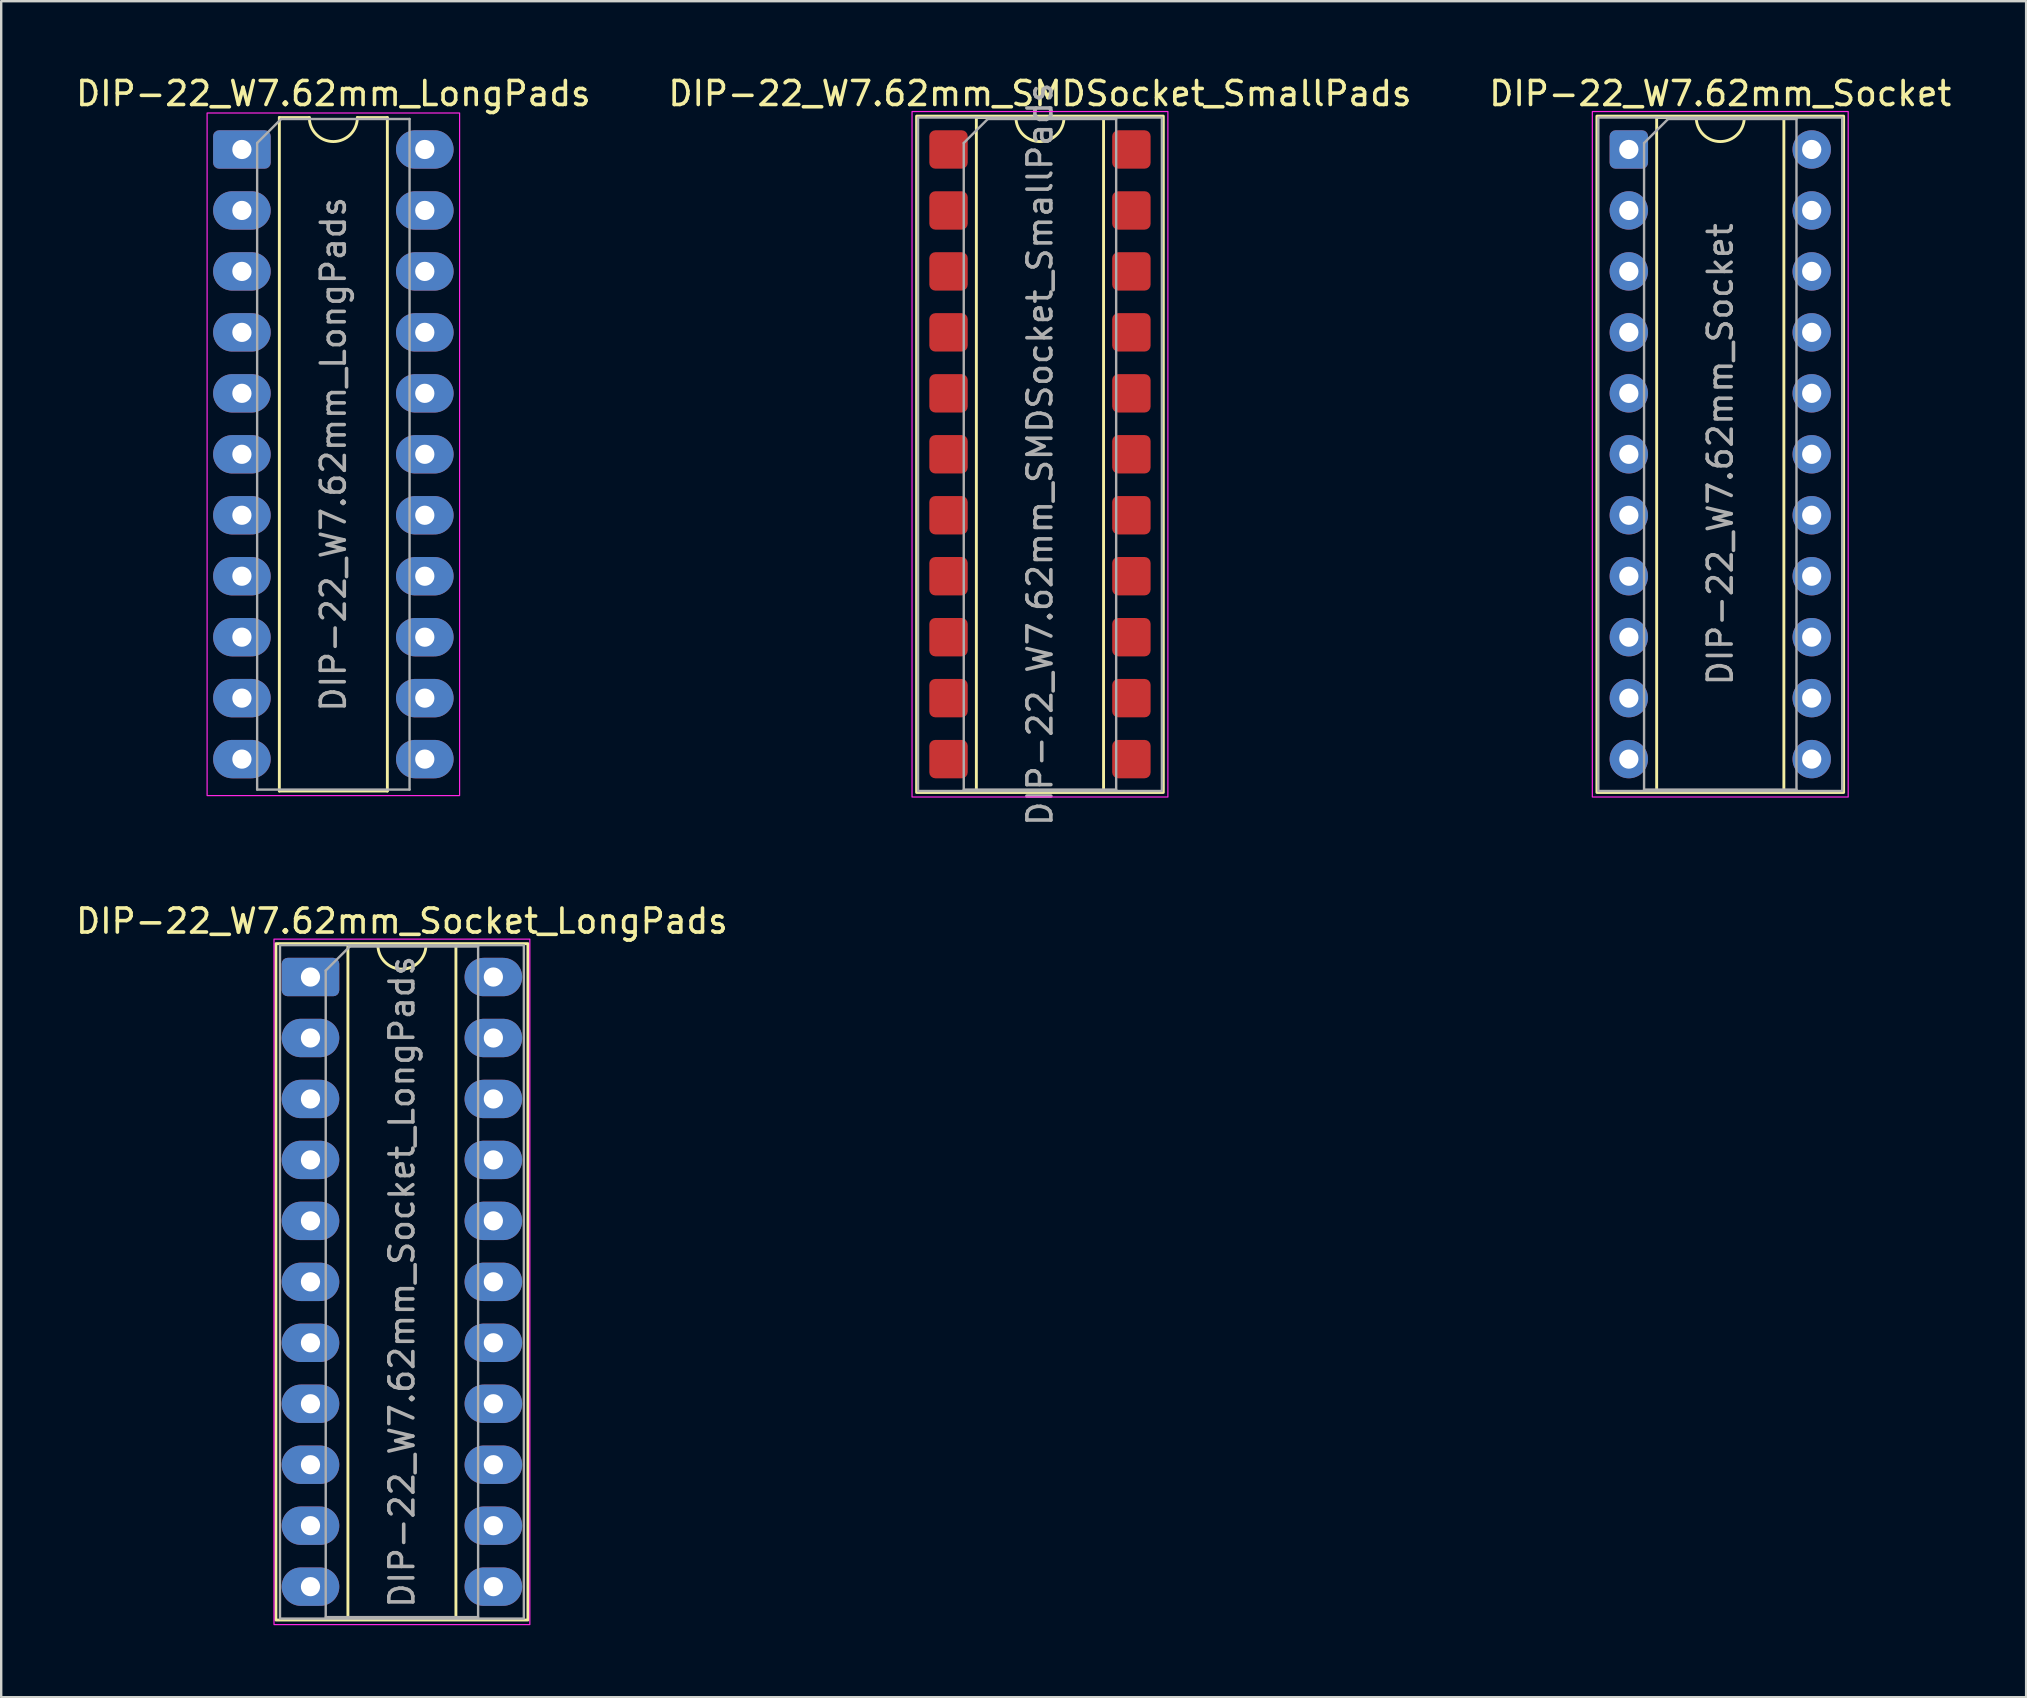
<source format=kicad_pcb>
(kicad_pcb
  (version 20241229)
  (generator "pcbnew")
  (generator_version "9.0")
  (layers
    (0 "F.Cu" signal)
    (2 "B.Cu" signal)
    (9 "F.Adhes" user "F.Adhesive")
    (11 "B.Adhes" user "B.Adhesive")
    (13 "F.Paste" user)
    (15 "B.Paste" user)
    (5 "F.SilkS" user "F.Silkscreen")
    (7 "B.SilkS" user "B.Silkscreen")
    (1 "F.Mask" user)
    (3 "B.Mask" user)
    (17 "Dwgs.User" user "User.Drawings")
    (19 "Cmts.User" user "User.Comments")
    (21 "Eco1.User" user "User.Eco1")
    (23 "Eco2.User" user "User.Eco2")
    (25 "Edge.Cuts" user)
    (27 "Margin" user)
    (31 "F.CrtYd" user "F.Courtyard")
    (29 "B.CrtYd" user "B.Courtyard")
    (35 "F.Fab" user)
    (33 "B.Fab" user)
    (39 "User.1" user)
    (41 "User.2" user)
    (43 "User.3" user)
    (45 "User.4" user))
  (footprint "DIP-22_W7.62mm_SMDSocket_SmallPads"
    (layer "F.Cu")
    (at 40.28 15.878)
    (property "Reference" "DIP-22_W7.62mm_SMDSocket_SmallPads" (at 0 -15.03 0) (layer "F.SilkS") (effects (font (size 1 1) (thickness 0.15))))
    (attr smd)
    (fp_line (start -2.65 -14.03) (end -2.65 14.03) (stroke (width 0.12) (type solid)) (layer "F.SilkS"))
    (fp_line (start -2.65 14.03) (end 2.65 14.03) (stroke (width 0.12) (type solid)) (layer "F.SilkS"))
    (fp_line (start -1 -14.03) (end -2.65 -14.03) (stroke (width 0.12) (type solid)) (layer "F.SilkS"))
    (fp_line (start 2.65 -14.03) (end 1 -14.03) (stroke (width 0.12) (type solid)) (layer "F.SilkS"))
    (fp_line (start 2.65 14.03) (end 2.65 -14.03) (stroke (width 0.12) (type solid)) (layer "F.SilkS"))
    (fp_rect (start -5.14 -14.09) (end 5.14 14.09) (stroke (width 0.12) (type solid)) (fill no) (layer "F.SilkS"))
    (fp_arc (start 1 -14.03) (mid 0 -13.03) (end -1 -14.03) (stroke (width 0.12) (type solid)) (layer "F.SilkS"))
    (fp_rect (start -5.33 -14.28) (end 5.33 14.28) (stroke (width 0.05) (type solid)) (fill no) (layer "F.CrtYd"))
    (fp_line (start -3.175 -12.97) (end -2.175 -13.97) (stroke (width 0.1) (type solid)) (layer "F.Fab"))
    (fp_line (start -3.175 13.97) (end -3.175 -12.97) (stroke (width 0.1) (type solid)) (layer "F.Fab"))
    (fp_line (start -2.175 -13.97) (end 3.175 -13.97) (stroke (width 0.1) (type solid)) (layer "F.Fab"))
    (fp_line (start 3.175 -13.97) (end 3.175 13.97) (stroke (width 0.1) (type solid)) (layer "F.Fab"))
    (fp_line (start 3.175 13.97) (end -3.175 13.97) (stroke (width 0.1) (type solid)) (layer "F.Fab"))
    (fp_rect (start -5.08 -14.03) (end 5.08 14.03) (stroke (width 0.1) (type solid)) (fill no) (layer "F.Fab"))
    (fp_text user "${REFERENCE}" (at 0 0 90) (layer "F.Fab") (effects (font (size 1 1) (thickness 0.15))))
    (pad "1" smd roundrect (at -3.81 -12.7) (size 1.6 1.6) (layers "F.Cu" "F.Mask" "F.Paste") (roundrect_rratio 0.156))
    (pad "2" smd roundrect (at -3.81 -10.16) (size 1.6 1.6) (layers "F.Cu" "F.Mask" "F.Paste") (roundrect_rratio 0.156))
    (pad "3" smd roundrect (at -3.81 -7.62) (size 1.6 1.6) (layers "F.Cu" "F.Mask" "F.Paste") (roundrect_rratio 0.156))
    (pad "4" smd roundrect (at -3.81 -5.08) (size 1.6 1.6) (layers "F.Cu" "F.Mask" "F.Paste") (roundrect_rratio 0.156))
    (pad "5" smd roundrect (at -3.81 -2.54) (size 1.6 1.6) (layers "F.Cu" "F.Mask" "F.Paste") (roundrect_rratio 0.156))
    (pad "6" smd roundrect (at -3.81 0) (size 1.6 1.6) (layers "F.Cu" "F.Mask" "F.Paste") (roundrect_rratio 0.156))
    (pad "7" smd roundrect (at -3.81 2.54) (size 1.6 1.6) (layers "F.Cu" "F.Mask" "F.Paste") (roundrect_rratio 0.156))
    (pad "8" smd roundrect (at -3.81 5.08) (size 1.6 1.6) (layers "F.Cu" "F.Mask" "F.Paste") (roundrect_rratio 0.156))
    (pad "9" smd roundrect (at -3.81 7.62) (size 1.6 1.6) (layers "F.Cu" "F.Mask" "F.Paste") (roundrect_rratio 0.156))
    (pad "10" smd roundrect (at -3.81 10.16) (size 1.6 1.6) (layers "F.Cu" "F.Mask" "F.Paste") (roundrect_rratio 0.156))
    (pad "11" smd roundrect (at -3.81 12.7) (size 1.6 1.6) (layers "F.Cu" "F.Mask" "F.Paste") (roundrect_rratio 0.156))
    (pad "12" smd roundrect (at 3.81 12.7) (size 1.6 1.6) (layers "F.Cu" "F.Mask" "F.Paste") (roundrect_rratio 0.156))
    (pad "13" smd roundrect (at 3.81 10.16) (size 1.6 1.6) (layers "F.Cu" "F.Mask" "F.Paste") (roundrect_rratio 0.156))
    (pad "14" smd roundrect (at 3.81 7.62) (size 1.6 1.6) (layers "F.Cu" "F.Mask" "F.Paste") (roundrect_rratio 0.156))
    (pad "15" smd roundrect (at 3.81 5.08) (size 1.6 1.6) (layers "F.Cu" "F.Mask" "F.Paste") (roundrect_rratio 0.156))
    (pad "16" smd roundrect (at 3.81 2.54) (size 1.6 1.6) (layers "F.Cu" "F.Mask" "F.Paste") (roundrect_rratio 0.156))
    (pad "17" smd roundrect (at 3.81 0) (size 1.6 1.6) (layers "F.Cu" "F.Mask" "F.Paste") (roundrect_rratio 0.156))
    (pad "18" smd roundrect (at 3.81 -2.54) (size 1.6 1.6) (layers "F.Cu" "F.Mask" "F.Paste") (roundrect_rratio 0.156))
    (pad "19" smd roundrect (at 3.81 -5.08) (size 1.6 1.6) (layers "F.Cu" "F.Mask" "F.Paste") (roundrect_rratio 0.156))
    (pad "20" smd roundrect (at 3.81 -7.62) (size 1.6 1.6) (layers "F.Cu" "F.Mask" "F.Paste") (roundrect_rratio 0.156))
    (pad "21" smd roundrect (at 3.81 -10.16) (size 1.6 1.6) (layers "F.Cu" "F.Mask" "F.Paste") (roundrect_rratio 0.156))
    (pad "22" smd roundrect (at 3.81 -12.7) (size 1.6 1.6) (layers "F.Cu" "F.Mask" "F.Paste") (roundrect_rratio 0.156)))
  (footprint "DIP-22_W7.62mm_LongPads"
    (layer "F.Cu")
    (at 7.029 3.178)
    (property "Reference" "DIP-22_W7.62mm_LongPads" (at 3.81 -2.33 0) (layer "F.SilkS") (effects (font (size 1 1) (thickness 0.15))))
    (attr through_hole)
    (fp_line (start 1.56 -1.33) (end 1.56 26.73) (stroke (width 0.12) (type solid)) (layer "F.SilkS"))
    (fp_line (start 1.56 26.73) (end 6.06 26.73) (stroke (width 0.12) (type solid)) (layer "F.SilkS"))
    (fp_line (start 2.81 -1.33) (end 1.56 -1.33) (stroke (width 0.12) (type solid)) (layer "F.SilkS"))
    (fp_line (start 6.06 -1.33) (end 4.81 -1.33) (stroke (width 0.12) (type solid)) (layer "F.SilkS"))
    (fp_line (start 6.06 26.73) (end 6.06 -1.33) (stroke (width 0.12) (type solid)) (layer "F.SilkS"))
    (fp_arc (start 4.81 -1.33) (mid 3.81 -0.33) (end 2.81 -1.33) (stroke (width 0.12) (type solid)) (layer "F.SilkS"))
    (fp_rect (start -1.45 -1.52) (end 9.07 26.92) (stroke (width 0.05) (type solid)) (fill no) (layer "F.CrtYd"))
    (fp_line (start 0.635 -0.27) (end 1.635 -1.27) (stroke (width 0.1) (type solid)) (layer "F.Fab"))
    (fp_line (start 0.635 26.67) (end 0.635 -0.27) (stroke (width 0.1) (type solid)) (layer "F.Fab"))
    (fp_line (start 1.635 -1.27) (end 6.985 -1.27) (stroke (width 0.1) (type solid)) (layer "F.Fab"))
    (fp_line (start 6.985 -1.27) (end 6.985 26.67) (stroke (width 0.1) (type solid)) (layer "F.Fab"))
    (fp_line (start 6.985 26.67) (end 0.635 26.67) (stroke (width 0.1) (type solid)) (layer "F.Fab"))
    (fp_text user "${REFERENCE}" (at 3.81 12.7 90) (layer "F.Fab") (effects (font (size 1 1) (thickness 0.15))))
    (pad "1" thru_hole roundrect (at 0 0) (size 2.4 1.6) (drill 0.8) (layers "*.Cu" "*.Mask") (roundrect_rratio 0.156))
    (pad "2" thru_hole oval (at 0 2.54) (size 2.4 1.6) (drill 0.8) (layers "*.Cu" "*.Mask"))
    (pad "3" thru_hole oval (at 0 5.08) (size 2.4 1.6) (drill 0.8) (layers "*.Cu" "*.Mask"))
    (pad "4" thru_hole oval (at 0 7.62) (size 2.4 1.6) (drill 0.8) (layers "*.Cu" "*.Mask"))
    (pad "5" thru_hole oval (at 0 10.16) (size 2.4 1.6) (drill 0.8) (layers "*.Cu" "*.Mask"))
    (pad "6" thru_hole oval (at 0 12.7) (size 2.4 1.6) (drill 0.8) (layers "*.Cu" "*.Mask"))
    (pad "7" thru_hole oval (at 0 15.24) (size 2.4 1.6) (drill 0.8) (layers "*.Cu" "*.Mask"))
    (pad "8" thru_hole oval (at 0 17.78) (size 2.4 1.6) (drill 0.8) (layers "*.Cu" "*.Mask"))
    (pad "9" thru_hole oval (at 0 20.32) (size 2.4 1.6) (drill 0.8) (layers "*.Cu" "*.Mask"))
    (pad "10" thru_hole oval (at 0 22.86) (size 2.4 1.6) (drill 0.8) (layers "*.Cu" "*.Mask"))
    (pad "11" thru_hole oval (at 0 25.4) (size 2.4 1.6) (drill 0.8) (layers "*.Cu" "*.Mask"))
    (pad "12" thru_hole oval (at 7.62 25.4) (size 2.4 1.6) (drill 0.8) (layers "*.Cu" "*.Mask"))
    (pad "13" thru_hole oval (at 7.62 22.86) (size 2.4 1.6) (drill 0.8) (layers "*.Cu" "*.Mask"))
    (pad "14" thru_hole oval (at 7.62 20.32) (size 2.4 1.6) (drill 0.8) (layers "*.Cu" "*.Mask"))
    (pad "15" thru_hole oval (at 7.62 17.78) (size 2.4 1.6) (drill 0.8) (layers "*.Cu" "*.Mask"))
    (pad "16" thru_hole oval (at 7.62 15.24) (size 2.4 1.6) (drill 0.8) (layers "*.Cu" "*.Mask"))
    (pad "17" thru_hole oval (at 7.62 12.7) (size 2.4 1.6) (drill 0.8) (layers "*.Cu" "*.Mask"))
    (pad "18" thru_hole oval (at 7.62 10.16) (size 2.4 1.6) (drill 0.8) (layers "*.Cu" "*.Mask"))
    (pad "19" thru_hole oval (at 7.62 7.62) (size 2.4 1.6) (drill 0.8) (layers "*.Cu" "*.Mask"))
    (pad "20" thru_hole oval (at 7.62 5.08) (size 2.4 1.6) (drill 0.8) (layers "*.Cu" "*.Mask"))
    (pad "21" thru_hole oval (at 7.62 2.54) (size 2.4 1.6) (drill 0.8) (layers "*.Cu" "*.Mask"))
    (pad "22" thru_hole oval (at 7.62 0) (size 2.4 1.6) (drill 0.8) (layers "*.Cu" "*.Mask")))
  (footprint "DIP-22_W7.62mm_Socket_LongPads"
    (layer "F.Cu")
    (at 9.886 37.658)
    (property "Reference" "DIP-22_W7.62mm_Socket_LongPads" (at 3.81 -2.33 0) (layer "F.SilkS") (effects (font (size 1 1) (thickness 0.15))))
    (attr through_hole)
    (fp_line (start 1.56 -1.33) (end 1.56 26.73) (stroke (width 0.12) (type solid)) (layer "F.SilkS"))
    (fp_line (start 1.56 26.73) (end 6.06 26.73) (stroke (width 0.12) (type solid)) (layer "F.SilkS"))
    (fp_line (start 2.81 -1.33) (end 1.56 -1.33) (stroke (width 0.12) (type solid)) (layer "F.SilkS"))
    (fp_line (start 6.06 -1.33) (end 4.81 -1.33) (stroke (width 0.12) (type solid)) (layer "F.SilkS"))
    (fp_line (start 6.06 26.73) (end 6.06 -1.33) (stroke (width 0.12) (type solid)) (layer "F.SilkS"))
    (fp_rect (start -1.44 -1.39) (end 9.06 26.79) (stroke (width 0.12) (type solid)) (fill no) (layer "F.SilkS"))
    (fp_arc (start 4.81 -1.33) (mid 3.81 -0.33) (end 2.81 -1.33) (stroke (width 0.12) (type solid)) (layer "F.SilkS"))
    (fp_rect (start -1.52 -1.58) (end 9.14 26.98) (stroke (width 0.05) (type solid)) (fill no) (layer "F.CrtYd"))
    (fp_line (start 0.635 -0.27) (end 1.635 -1.27) (stroke (width 0.1) (type solid)) (layer "F.Fab"))
    (fp_line (start 0.635 26.67) (end 0.635 -0.27) (stroke (width 0.1) (type solid)) (layer "F.Fab"))
    (fp_line (start 1.635 -1.27) (end 6.985 -1.27) (stroke (width 0.1) (type solid)) (layer "F.Fab"))
    (fp_line (start 6.985 -1.27) (end 6.985 26.67) (stroke (width 0.1) (type solid)) (layer "F.Fab"))
    (fp_line (start 6.985 26.67) (end 0.635 26.67) (stroke (width 0.1) (type solid)) (layer "F.Fab"))
    (fp_rect (start -1.27 -1.33) (end 8.89 26.73) (stroke (width 0.1) (type solid)) (fill no) (layer "F.Fab"))
    (fp_text user "${REFERENCE}" (at 3.81 12.7 90) (layer "F.Fab") (effects (font (size 1 1) (thickness 0.15))))
    (pad "1" thru_hole roundrect (at 0 0) (size 2.4 1.6) (drill 0.8) (layers "*.Cu" "*.Mask") (roundrect_rratio 0.156))
    (pad "2" thru_hole oval (at 0 2.54) (size 2.4 1.6) (drill 0.8) (layers "*.Cu" "*.Mask"))
    (pad "3" thru_hole oval (at 0 5.08) (size 2.4 1.6) (drill 0.8) (layers "*.Cu" "*.Mask"))
    (pad "4" thru_hole oval (at 0 7.62) (size 2.4 1.6) (drill 0.8) (layers "*.Cu" "*.Mask"))
    (pad "5" thru_hole oval (at 0 10.16) (size 2.4 1.6) (drill 0.8) (layers "*.Cu" "*.Mask"))
    (pad "6" thru_hole oval (at 0 12.7) (size 2.4 1.6) (drill 0.8) (layers "*.Cu" "*.Mask"))
    (pad "7" thru_hole oval (at 0 15.24) (size 2.4 1.6) (drill 0.8) (layers "*.Cu" "*.Mask"))
    (pad "8" thru_hole oval (at 0 17.78) (size 2.4 1.6) (drill 0.8) (layers "*.Cu" "*.Mask"))
    (pad "9" thru_hole oval (at 0 20.32) (size 2.4 1.6) (drill 0.8) (layers "*.Cu" "*.Mask"))
    (pad "10" thru_hole oval (at 0 22.86) (size 2.4 1.6) (drill 0.8) (layers "*.Cu" "*.Mask"))
    (pad "11" thru_hole oval (at 0 25.4) (size 2.4 1.6) (drill 0.8) (layers "*.Cu" "*.Mask"))
    (pad "12" thru_hole oval (at 7.62 25.4) (size 2.4 1.6) (drill 0.8) (layers "*.Cu" "*.Mask"))
    (pad "13" thru_hole oval (at 7.62 22.86) (size 2.4 1.6) (drill 0.8) (layers "*.Cu" "*.Mask"))
    (pad "14" thru_hole oval (at 7.62 20.32) (size 2.4 1.6) (drill 0.8) (layers "*.Cu" "*.Mask"))
    (pad "15" thru_hole oval (at 7.62 17.78) (size 2.4 1.6) (drill 0.8) (layers "*.Cu" "*.Mask"))
    (pad "16" thru_hole oval (at 7.62 15.24) (size 2.4 1.6) (drill 0.8) (layers "*.Cu" "*.Mask"))
    (pad "17" thru_hole oval (at 7.62 12.7) (size 2.4 1.6) (drill 0.8) (layers "*.Cu" "*.Mask"))
    (pad "18" thru_hole oval (at 7.62 10.16) (size 2.4 1.6) (drill 0.8) (layers "*.Cu" "*.Mask"))
    (pad "19" thru_hole oval (at 7.62 7.62) (size 2.4 1.6) (drill 0.8) (layers "*.Cu" "*.Mask"))
    (pad "20" thru_hole oval (at 7.62 5.08) (size 2.4 1.6) (drill 0.8) (layers "*.Cu" "*.Mask"))
    (pad "21" thru_hole oval (at 7.62 2.54) (size 2.4 1.6) (drill 0.8) (layers "*.Cu" "*.Mask"))
    (pad "22" thru_hole oval (at 7.62 0) (size 2.4 1.6) (drill 0.8) (layers "*.Cu" "*.Mask")))
  (footprint "DIP-22_W7.62mm_Socket"
    (layer "F.Cu")
    (at 64.815 3.178)
    (property "Reference" "DIP-22_W7.62mm_Socket" (at 3.81 -2.33 0) (layer "F.SilkS") (effects (font (size 1 1) (thickness 0.15))))
    (attr through_hole)
    (fp_line (start 1.16 -1.33) (end 1.16 26.73) (stroke (width 0.12) (type solid)) (layer "F.SilkS"))
    (fp_line (start 1.16 26.73) (end 6.46 26.73) (stroke (width 0.12) (type solid)) (layer "F.SilkS"))
    (fp_line (start 2.81 -1.33) (end 1.16 -1.33) (stroke (width 0.12) (type solid)) (layer "F.SilkS"))
    (fp_line (start 6.46 -1.33) (end 4.81 -1.33) (stroke (width 0.12) (type solid)) (layer "F.SilkS"))
    (fp_line (start 6.46 26.73) (end 6.46 -1.33) (stroke (width 0.12) (type solid)) (layer "F.SilkS"))
    (fp_rect (start -1.33 -1.39) (end 8.95 26.79) (stroke (width 0.12) (type solid)) (fill no) (layer "F.SilkS"))
    (fp_arc (start 4.81 -1.33) (mid 3.81 -0.33) (end 2.81 -1.33) (stroke (width 0.12) (type solid)) (layer "F.SilkS"))
    (fp_rect (start -1.52 -1.58) (end 9.14 26.98) (stroke (width 0.05) (type solid)) (fill no) (layer "F.CrtYd"))
    (fp_line (start 0.635 -0.27) (end 1.635 -1.27) (stroke (width 0.1) (type solid)) (layer "F.Fab"))
    (fp_line (start 0.635 26.67) (end 0.635 -0.27) (stroke (width 0.1) (type solid)) (layer "F.Fab"))
    (fp_line (start 1.635 -1.27) (end 6.985 -1.27) (stroke (width 0.1) (type solid)) (layer "F.Fab"))
    (fp_line (start 6.985 -1.27) (end 6.985 26.67) (stroke (width 0.1) (type solid)) (layer "F.Fab"))
    (fp_line (start 6.985 26.67) (end 0.635 26.67) (stroke (width 0.1) (type solid)) (layer "F.Fab"))
    (fp_rect (start -1.27 -1.33) (end 8.89 26.73) (stroke (width 0.1) (type solid)) (fill no) (layer "F.Fab"))
    (fp_text user "${REFERENCE}" (at 3.81 12.7 90) (layer "F.Fab") (effects (font (size 1 1) (thickness 0.15))))
    (pad "1" thru_hole roundrect (at 0 0) (size 1.6 1.6) (drill 0.8) (layers "*.Cu" "*.Mask") (roundrect_rratio 0.156))
    (pad "2" thru_hole circle (at 0 2.54) (size 1.6 1.6) (drill 0.8) (layers "*.Cu" "*.Mask"))
    (pad "3" thru_hole circle (at 0 5.08) (size 1.6 1.6) (drill 0.8) (layers "*.Cu" "*.Mask"))
    (pad "4" thru_hole circle (at 0 7.62) (size 1.6 1.6) (drill 0.8) (layers "*.Cu" "*.Mask"))
    (pad "5" thru_hole circle (at 0 10.16) (size 1.6 1.6) (drill 0.8) (layers "*.Cu" "*.Mask"))
    (pad "6" thru_hole circle (at 0 12.7) (size 1.6 1.6) (drill 0.8) (layers "*.Cu" "*.Mask"))
    (pad "7" thru_hole circle (at 0 15.24) (size 1.6 1.6) (drill 0.8) (layers "*.Cu" "*.Mask"))
    (pad "8" thru_hole circle (at 0 17.78) (size 1.6 1.6) (drill 0.8) (layers "*.Cu" "*.Mask"))
    (pad "9" thru_hole circle (at 0 20.32) (size 1.6 1.6) (drill 0.8) (layers "*.Cu" "*.Mask"))
    (pad "10" thru_hole circle (at 0 22.86) (size 1.6 1.6) (drill 0.8) (layers "*.Cu" "*.Mask"))
    (pad "11" thru_hole circle (at 0 25.4) (size 1.6 1.6) (drill 0.8) (layers "*.Cu" "*.Mask"))
    (pad "12" thru_hole circle (at 7.62 25.4) (size 1.6 1.6) (drill 0.8) (layers "*.Cu" "*.Mask"))
    (pad "13" thru_hole circle (at 7.62 22.86) (size 1.6 1.6) (drill 0.8) (layers "*.Cu" "*.Mask"))
    (pad "14" thru_hole circle (at 7.62 20.32) (size 1.6 1.6) (drill 0.8) (layers "*.Cu" "*.Mask"))
    (pad "15" thru_hole circle (at 7.62 17.78) (size 1.6 1.6) (drill 0.8) (layers "*.Cu" "*.Mask"))
    (pad "16" thru_hole circle (at 7.62 15.24) (size 1.6 1.6) (drill 0.8) (layers "*.Cu" "*.Mask"))
    (pad "17" thru_hole circle (at 7.62 12.7) (size 1.6 1.6) (drill 0.8) (layers "*.Cu" "*.Mask"))
    (pad "18" thru_hole circle (at 7.62 10.16) (size 1.6 1.6) (drill 0.8) (layers "*.Cu" "*.Mask"))
    (pad "19" thru_hole circle (at 7.62 7.62) (size 1.6 1.6) (drill 0.8) (layers "*.Cu" "*.Mask"))
    (pad "20" thru_hole circle (at 7.62 5.08) (size 1.6 1.6) (drill 0.8) (layers "*.Cu" "*.Mask"))
    (pad "21" thru_hole circle (at 7.62 2.54) (size 1.6 1.6) (drill 0.8) (layers "*.Cu" "*.Mask"))
    (pad "22" thru_hole circle (at 7.62 0) (size 1.6 1.6) (drill 0.8) (layers "*.Cu" "*.Mask")))
  (gr_rect
    (start -3 -3)
    (end 81.369 67.663)
    (stroke (width 0.1) (type default))
    (fill no)
    (layer "Edge.Cuts")))
</source>
